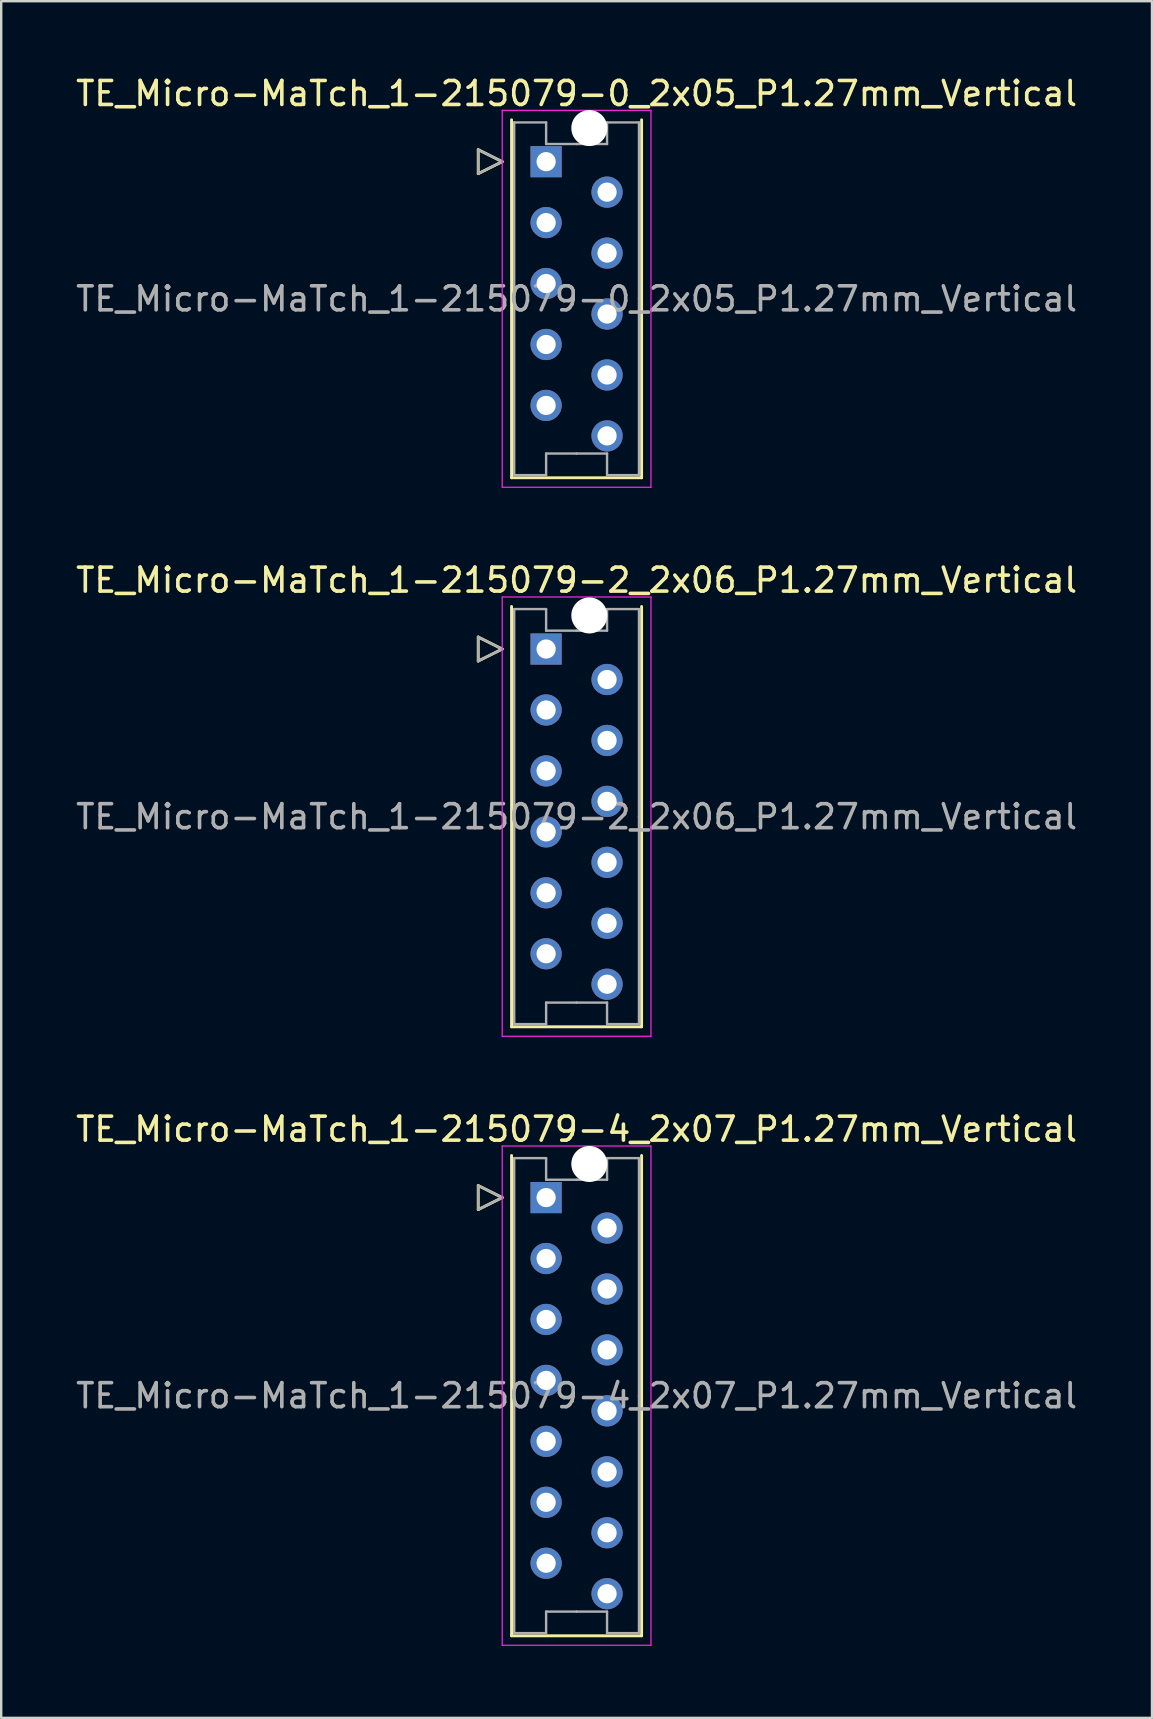
<source format=kicad_pcb>
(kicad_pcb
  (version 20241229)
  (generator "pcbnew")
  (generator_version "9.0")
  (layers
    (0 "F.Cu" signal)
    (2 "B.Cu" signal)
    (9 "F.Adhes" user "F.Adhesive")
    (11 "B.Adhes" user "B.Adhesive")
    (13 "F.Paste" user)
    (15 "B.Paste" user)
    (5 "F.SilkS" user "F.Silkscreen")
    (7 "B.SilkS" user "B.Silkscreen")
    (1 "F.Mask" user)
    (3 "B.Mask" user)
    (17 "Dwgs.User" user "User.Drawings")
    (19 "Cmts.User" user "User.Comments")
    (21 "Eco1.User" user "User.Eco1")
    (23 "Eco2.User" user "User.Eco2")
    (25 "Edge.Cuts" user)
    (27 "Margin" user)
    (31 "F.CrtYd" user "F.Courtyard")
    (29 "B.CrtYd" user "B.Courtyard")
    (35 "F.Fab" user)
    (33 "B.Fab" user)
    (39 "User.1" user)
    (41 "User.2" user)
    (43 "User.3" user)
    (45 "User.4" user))
  (footprint "TE_Micro-MaTch_1-215079-2_2x06_P1.27mm_Vertical"
    (layer "F.Cu")
    (at 19.712 24.002)
    (property "Reference" "TE_Micro-MaTch_1-215079-2_2x06_P1.27mm_Vertical" (at 1.27 -2.87 0) (layer "F.SilkS") (effects (font (size 1 1) (thickness 0.15))))
    (attr through_hole)
    (fp_line (start -2.83 -0.5) (end -1.83 0) (stroke (width 0.12) (type solid)) (layer "F.SilkS"))
    (fp_line (start -2.83 0.5) (end -2.83 -0.5) (stroke (width 0.12) (type solid)) (layer "F.SilkS"))
    (fp_line (start -1.83 0) (end -2.83 0.5) (stroke (width 0.12) (type solid)) (layer "F.SilkS"))
    (fp_line (start -1.44 -1.775) (end -1.44 15.745) (stroke (width 0.12) (type solid)) (layer "F.SilkS"))
    (fp_line (start -1.44 15.745) (end 3.98 15.745) (stroke (width 0.12) (type solid)) (layer "F.SilkS"))
    (fp_line (start 3.98 15.745) (end 3.98 -1.775) (stroke (width 0.12) (type solid)) (layer "F.SilkS"))
    (fp_line (start -1.83 -2.17) (end -1.83 16.14) (stroke (width 0.05) (type solid)) (layer "F.CrtYd"))
    (fp_line (start -1.83 16.14) (end 4.37 16.14) (stroke (width 0.05) (type solid)) (layer "F.CrtYd"))
    (fp_line (start 4.37 -2.17) (end -1.83 -2.17) (stroke (width 0.05) (type solid)) (layer "F.CrtYd"))
    (fp_line (start 4.37 16.14) (end 4.37 -2.17) (stroke (width 0.05) (type solid)) (layer "F.CrtYd"))
    (fp_line (start -2.83 -0.5) (end -1.83 0) (stroke (width 0.1) (type solid)) (layer "F.Fab"))
    (fp_line (start -2.83 0.5) (end -2.83 -0.5) (stroke (width 0.1) (type solid)) (layer "F.Fab"))
    (fp_line (start -1.83 0) (end -2.83 0.5) (stroke (width 0.1) (type solid)) (layer "F.Fab"))
    (fp_line (start -1.33 -1.665) (end -1.33 6.985) (stroke (width 0.1) (type solid)) (layer "F.Fab"))
    (fp_line (start -1.33 15.635) (end -1.33 6.985) (stroke (width 0.1) (type solid)) (layer "F.Fab"))
    (fp_line (start 0 -1.665) (end -1.33 -1.665) (stroke (width 0.1) (type solid)) (layer "F.Fab"))
    (fp_line (start 0 -0.765) (end 0 -1.665) (stroke (width 0.1) (type solid)) (layer "F.Fab"))
    (fp_line (start 0 14.735) (end 0 15.635) (stroke (width 0.1) (type solid)) (layer "F.Fab"))
    (fp_line (start 0 15.635) (end -1.33 15.635) (stroke (width 0.1) (type solid)) (layer "F.Fab"))
    (fp_line (start 1.27 -0.765) (end 0 -0.765) (stroke (width 0.1) (type solid)) (layer "F.Fab"))
    (fp_line (start 1.27 -0.765) (end 2.54 -0.765) (stroke (width 0.1) (type solid)) (layer "F.Fab"))
    (fp_line (start 1.27 14.735) (end 0 14.735) (stroke (width 0.1) (type solid)) (layer "F.Fab"))
    (fp_line (start 1.27 14.735) (end 2.54 14.735) (stroke (width 0.1) (type solid)) (layer "F.Fab"))
    (fp_line (start 2.54 -1.665) (end 3.87 -1.665) (stroke (width 0.1) (type solid)) (layer "F.Fab"))
    (fp_line (start 2.54 -0.765) (end 2.54 -1.665) (stroke (width 0.1) (type solid)) (layer "F.Fab"))
    (fp_line (start 2.54 14.735) (end 2.54 15.635) (stroke (width 0.1) (type solid)) (layer "F.Fab"))
    (fp_line (start 2.54 15.635) (end 3.87 15.635) (stroke (width 0.1) (type solid)) (layer "F.Fab"))
    (fp_line (start 3.87 -1.665) (end 3.87 6.985) (stroke (width 0.1) (type solid)) (layer "F.Fab"))
    (fp_line (start 3.87 15.635) (end 3.87 6.985) (stroke (width 0.1) (type solid)) (layer "F.Fab"))
    (fp_text user "${REFERENCE}" (at 1.27 6.99 0) (layer "F.Fab") (effects (font (size 1 1) (thickness 0.15))))
    (pad "" np_thru_hole circle (at 1.8 -1.4) (size 1.5 1.5) (drill 1.5) (layers "*.Cu" "*.Mask"))
    (pad "1" thru_hole rect (at 0 0) (size 1.3 1.3) (drill 0.8) (layers "*.Cu" "*.Mask"))
    (pad "2" thru_hole circle (at 2.54 1.27) (size 1.3 1.3) (drill 0.8) (layers "*.Cu" "*.Mask"))
    (pad "3" thru_hole circle (at 0 2.54) (size 1.3 1.3) (drill 0.8) (layers "*.Cu" "*.Mask"))
    (pad "4" thru_hole circle (at 2.54 3.81) (size 1.3 1.3) (drill 0.8) (layers "*.Cu" "*.Mask"))
    (pad "5" thru_hole circle (at 0 5.08) (size 1.3 1.3) (drill 0.8) (layers "*.Cu" "*.Mask"))
    (pad "6" thru_hole circle (at 2.54 6.35) (size 1.3 1.3) (drill 0.8) (layers "*.Cu" "*.Mask"))
    (pad "7" thru_hole circle (at 0 7.62) (size 1.3 1.3) (drill 0.8) (layers "*.Cu" "*.Mask"))
    (pad "8" thru_hole circle (at 2.54 8.89) (size 1.3 1.3) (drill 0.8) (layers "*.Cu" "*.Mask"))
    (pad "9" thru_hole circle (at 0 10.16) (size 1.3 1.3) (drill 0.8) (layers "*.Cu" "*.Mask"))
    (pad "10" thru_hole circle (at 2.54 11.43) (size 1.3 1.3) (drill 0.8) (layers "*.Cu" "*.Mask"))
    (pad "11" thru_hole circle (at 0 12.7) (size 1.3 1.3) (drill 0.8) (layers "*.Cu" "*.Mask"))
    (pad "12" thru_hole circle (at 2.54 13.97) (size 1.3 1.3) (drill 0.8) (layers "*.Cu" "*.Mask")))
  (footprint "TE_Micro-MaTch_1-215079-0_2x05_P1.27mm_Vertical"
    (layer "F.Cu")
    (at 19.712 3.688)
    (property "Reference" "TE_Micro-MaTch_1-215079-0_2x05_P1.27mm_Vertical" (at 1.27 -2.84 0) (layer "F.SilkS") (effects (font (size 1 1) (thickness 0.15))))
    (attr through_hole)
    (fp_line (start -2.83 -0.5) (end -1.83 0) (stroke (width 0.12) (type solid)) (layer "F.SilkS"))
    (fp_line (start -2.83 0.5) (end -2.83 -0.5) (stroke (width 0.12) (type solid)) (layer "F.SilkS"))
    (fp_line (start -1.83 0) (end -2.83 0.5) (stroke (width 0.12) (type solid)) (layer "F.SilkS"))
    (fp_line (start -1.44 -1.745) (end -1.44 13.175) (stroke (width 0.12) (type solid)) (layer "F.SilkS"))
    (fp_line (start -1.44 13.175) (end 3.98 13.175) (stroke (width 0.12) (type solid)) (layer "F.SilkS"))
    (fp_line (start 3.98 13.175) (end 3.98 -1.745) (stroke (width 0.12) (type solid)) (layer "F.SilkS"))
    (fp_line (start -1.83 -2.14) (end -1.83 13.57) (stroke (width 0.05) (type solid)) (layer "F.CrtYd"))
    (fp_line (start -1.83 13.57) (end 4.37 13.57) (stroke (width 0.05) (type solid)) (layer "F.CrtYd"))
    (fp_line (start 4.37 -2.14) (end -1.83 -2.14) (stroke (width 0.05) (type solid)) (layer "F.CrtYd"))
    (fp_line (start 4.37 13.57) (end 4.37 -2.14) (stroke (width 0.05) (type solid)) (layer "F.CrtYd"))
    (fp_line (start -2.83 -0.5) (end -1.83 0) (stroke (width 0.1) (type solid)) (layer "F.Fab"))
    (fp_line (start -2.83 0.5) (end -2.83 -0.5) (stroke (width 0.1) (type solid)) (layer "F.Fab"))
    (fp_line (start -1.83 0) (end -2.83 0.5) (stroke (width 0.1) (type solid)) (layer "F.Fab"))
    (fp_line (start -1.33 -1.635) (end -1.33 5.715) (stroke (width 0.1) (type solid)) (layer "F.Fab"))
    (fp_line (start -1.33 13.065) (end -1.33 5.715) (stroke (width 0.1) (type solid)) (layer "F.Fab"))
    (fp_line (start 0 -1.635) (end -1.33 -1.635) (stroke (width 0.1) (type solid)) (layer "F.Fab"))
    (fp_line (start 0 -0.735) (end 0 -1.635) (stroke (width 0.1) (type solid)) (layer "F.Fab"))
    (fp_line (start 0 12.165) (end 0 13.065) (stroke (width 0.1) (type solid)) (layer "F.Fab"))
    (fp_line (start 0 13.065) (end -1.33 13.065) (stroke (width 0.1) (type solid)) (layer "F.Fab"))
    (fp_line (start 1.27 -0.735) (end 0 -0.735) (stroke (width 0.1) (type solid)) (layer "F.Fab"))
    (fp_line (start 1.27 -0.735) (end 2.54 -0.735) (stroke (width 0.1) (type solid)) (layer "F.Fab"))
    (fp_line (start 1.27 12.165) (end 0 12.165) (stroke (width 0.1) (type solid)) (layer "F.Fab"))
    (fp_line (start 1.27 12.165) (end 2.54 12.165) (stroke (width 0.1) (type solid)) (layer "F.Fab"))
    (fp_line (start 2.54 -1.635) (end 3.87 -1.635) (stroke (width 0.1) (type solid)) (layer "F.Fab"))
    (fp_line (start 2.54 -0.735) (end 2.54 -1.635) (stroke (width 0.1) (type solid)) (layer "F.Fab"))
    (fp_line (start 2.54 12.165) (end 2.54 13.065) (stroke (width 0.1) (type solid)) (layer "F.Fab"))
    (fp_line (start 2.54 13.065) (end 3.87 13.065) (stroke (width 0.1) (type solid)) (layer "F.Fab"))
    (fp_line (start 3.87 -1.635) (end 3.87 5.715) (stroke (width 0.1) (type solid)) (layer "F.Fab"))
    (fp_line (start 3.87 13.065) (end 3.87 5.715) (stroke (width 0.1) (type solid)) (layer "F.Fab"))
    (fp_text user "${REFERENCE}" (at 1.27 5.72 0) (layer "F.Fab") (effects (font (size 1 1) (thickness 0.15))))
    (pad "" np_thru_hole circle (at 1.8 -1.4) (size 1.5 1.5) (drill 1.5) (layers "*.Cu" "*.Mask"))
    (pad "1" thru_hole rect (at 0 0) (size 1.3 1.3) (drill 0.8) (layers "*.Cu" "*.Mask"))
    (pad "2" thru_hole circle (at 2.54 1.27) (size 1.3 1.3) (drill 0.8) (layers "*.Cu" "*.Mask"))
    (pad "3" thru_hole circle (at 0 2.54) (size 1.3 1.3) (drill 0.8) (layers "*.Cu" "*.Mask"))
    (pad "4" thru_hole circle (at 2.54 3.81) (size 1.3 1.3) (drill 0.8) (layers "*.Cu" "*.Mask"))
    (pad "5" thru_hole circle (at 0 5.08) (size 1.3 1.3) (drill 0.8) (layers "*.Cu" "*.Mask"))
    (pad "6" thru_hole circle (at 2.54 6.35) (size 1.3 1.3) (drill 0.8) (layers "*.Cu" "*.Mask"))
    (pad "7" thru_hole circle (at 0 7.62) (size 1.3 1.3) (drill 0.8) (layers "*.Cu" "*.Mask"))
    (pad "8" thru_hole circle (at 2.54 8.89) (size 1.3 1.3) (drill 0.8) (layers "*.Cu" "*.Mask"))
    (pad "9" thru_hole circle (at 0 10.16) (size 1.3 1.3) (drill 0.8) (layers "*.Cu" "*.Mask"))
    (pad "10" thru_hole circle (at 2.54 11.43) (size 1.3 1.3) (drill 0.8) (layers "*.Cu" "*.Mask")))
  (footprint "TE_Micro-MaTch_1-215079-4_2x07_P1.27mm_Vertical"
    (layer "F.Cu")
    (at 19.712 46.865)
    (property "Reference" "TE_Micro-MaTch_1-215079-4_2x07_P1.27mm_Vertical" (at 1.27 -2.85 0) (layer "F.SilkS") (effects (font (size 1 1) (thickness 0.15))))
    (attr through_hole)
    (fp_line (start -2.83 -0.5) (end -1.83 0) (stroke (width 0.12) (type solid)) (layer "F.SilkS"))
    (fp_line (start -2.83 0.5) (end -2.83 -0.5) (stroke (width 0.12) (type solid)) (layer "F.SilkS"))
    (fp_line (start -1.83 0) (end -2.83 0.5) (stroke (width 0.12) (type solid)) (layer "F.SilkS"))
    (fp_line (start -1.44 -1.755) (end -1.44 18.265) (stroke (width 0.12) (type solid)) (layer "F.SilkS"))
    (fp_line (start -1.44 18.265) (end 3.98 18.265) (stroke (width 0.12) (type solid)) (layer "F.SilkS"))
    (fp_line (start 3.98 18.265) (end 3.98 -1.755) (stroke (width 0.12) (type solid)) (layer "F.SilkS"))
    (fp_line (start -1.83 -2.15) (end -1.83 18.66) (stroke (width 0.05) (type solid)) (layer "F.CrtYd"))
    (fp_line (start -1.83 18.66) (end 4.37 18.66) (stroke (width 0.05) (type solid)) (layer "F.CrtYd"))
    (fp_line (start 4.37 -2.15) (end -1.83 -2.15) (stroke (width 0.05) (type solid)) (layer "F.CrtYd"))
    (fp_line (start 4.37 18.66) (end 4.37 -2.15) (stroke (width 0.05) (type solid)) (layer "F.CrtYd"))
    (fp_line (start -2.83 -0.5) (end -1.83 0) (stroke (width 0.1) (type solid)) (layer "F.Fab"))
    (fp_line (start -2.83 0.5) (end -2.83 -0.5) (stroke (width 0.1) (type solid)) (layer "F.Fab"))
    (fp_line (start -1.83 0) (end -2.83 0.5) (stroke (width 0.1) (type solid)) (layer "F.Fab"))
    (fp_line (start -1.33 -1.645) (end -1.33 8.255) (stroke (width 0.1) (type solid)) (layer "F.Fab"))
    (fp_line (start -1.33 18.155) (end -1.33 8.255) (stroke (width 0.1) (type solid)) (layer "F.Fab"))
    (fp_line (start 0 -1.645) (end -1.33 -1.645) (stroke (width 0.1) (type solid)) (layer "F.Fab"))
    (fp_line (start 0 -0.745) (end 0 -1.645) (stroke (width 0.1) (type solid)) (layer "F.Fab"))
    (fp_line (start 0 17.255) (end 0 18.155) (stroke (width 0.1) (type solid)) (layer "F.Fab"))
    (fp_line (start 0 18.155) (end -1.33 18.155) (stroke (width 0.1) (type solid)) (layer "F.Fab"))
    (fp_line (start 1.27 -0.745) (end 0 -0.745) (stroke (width 0.1) (type solid)) (layer "F.Fab"))
    (fp_line (start 1.27 -0.745) (end 2.54 -0.745) (stroke (width 0.1) (type solid)) (layer "F.Fab"))
    (fp_line (start 1.27 17.255) (end 0 17.255) (stroke (width 0.1) (type solid)) (layer "F.Fab"))
    (fp_line (start 1.27 17.255) (end 2.54 17.255) (stroke (width 0.1) (type solid)) (layer "F.Fab"))
    (fp_line (start 2.54 -1.645) (end 3.87 -1.645) (stroke (width 0.1) (type solid)) (layer "F.Fab"))
    (fp_line (start 2.54 -0.745) (end 2.54 -1.645) (stroke (width 0.1) (type solid)) (layer "F.Fab"))
    (fp_line (start 2.54 17.255) (end 2.54 18.155) (stroke (width 0.1) (type solid)) (layer "F.Fab"))
    (fp_line (start 2.54 18.155) (end 3.87 18.155) (stroke (width 0.1) (type solid)) (layer "F.Fab"))
    (fp_line (start 3.87 -1.645) (end 3.87 8.255) (stroke (width 0.1) (type solid)) (layer "F.Fab"))
    (fp_line (start 3.87 18.155) (end 3.87 8.255) (stroke (width 0.1) (type solid)) (layer "F.Fab"))
    (fp_text user "${REFERENCE}" (at 1.27 8.26 0) (layer "F.Fab") (effects (font (size 1 1) (thickness 0.15))))
    (pad "" np_thru_hole circle (at 1.8 -1.4) (size 1.5 1.5) (drill 1.5) (layers "*.Cu" "*.Mask"))
    (pad "1" thru_hole rect (at 0 0) (size 1.3 1.3) (drill 0.8) (layers "*.Cu" "*.Mask"))
    (pad "2" thru_hole circle (at 2.54 1.27) (size 1.3 1.3) (drill 0.8) (layers "*.Cu" "*.Mask"))
    (pad "3" thru_hole circle (at 0 2.54) (size 1.3 1.3) (drill 0.8) (layers "*.Cu" "*.Mask"))
    (pad "4" thru_hole circle (at 2.54 3.81) (size 1.3 1.3) (drill 0.8) (layers "*.Cu" "*.Mask"))
    (pad "5" thru_hole circle (at 0 5.08) (size 1.3 1.3) (drill 0.8) (layers "*.Cu" "*.Mask"))
    (pad "6" thru_hole circle (at 2.54 6.35) (size 1.3 1.3) (drill 0.8) (layers "*.Cu" "*.Mask"))
    (pad "7" thru_hole circle (at 0 7.62) (size 1.3 1.3) (drill 0.8) (layers "*.Cu" "*.Mask"))
    (pad "8" thru_hole circle (at 2.54 8.89) (size 1.3 1.3) (drill 0.8) (layers "*.Cu" "*.Mask"))
    (pad "9" thru_hole circle (at 0 10.16) (size 1.3 1.3) (drill 0.8) (layers "*.Cu" "*.Mask"))
    (pad "10" thru_hole circle (at 2.54 11.43) (size 1.3 1.3) (drill 0.8) (layers "*.Cu" "*.Mask"))
    (pad "11" thru_hole circle (at 0 12.7) (size 1.3 1.3) (drill 0.8) (layers "*.Cu" "*.Mask"))
    (pad "12" thru_hole circle (at 2.54 13.97) (size 1.3 1.3) (drill 0.8) (layers "*.Cu" "*.Mask"))
    (pad "13" thru_hole circle (at 0 15.24) (size 1.3 1.3) (drill 0.8) (layers "*.Cu" "*.Mask"))
    (pad "14" thru_hole circle (at 2.54 16.51) (size 1.3 1.3) (drill 0.8) (layers "*.Cu" "*.Mask")))
  (gr_rect
    (start -3 -3)
    (end 44.964 68.55)
    (stroke (width 0.1) (type default))
    (fill no)
    (layer "Edge.Cuts")))
</source>
